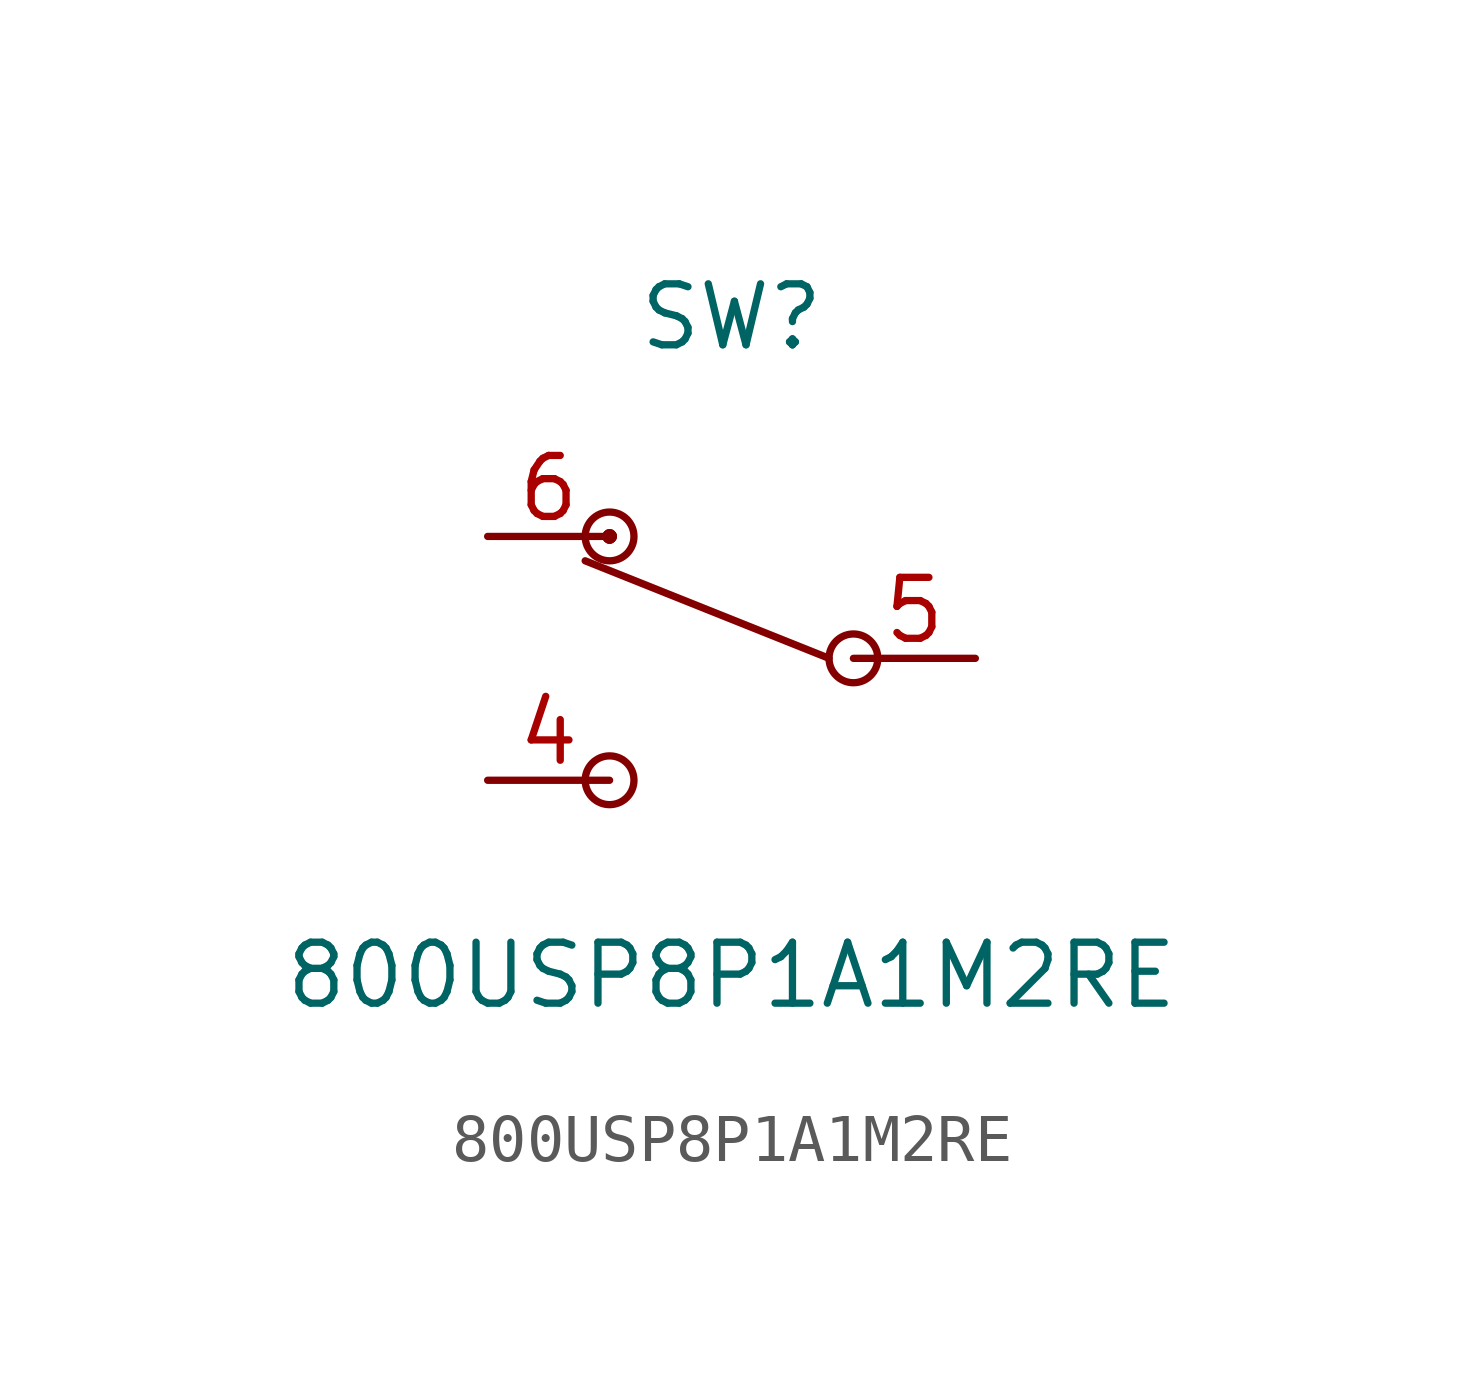
<source format=kicad_sym>
(kicad_symbol_lib
  (version 20231120)
  (generator "kicad_symbol_editor")
  (generator_version "8.0")
  (symbol "800USP8P1A1M2RE"
    (pin_names
      (offset 0) hide)
    (property "Reference" "SW"
      (at 0 7.112 0)
      (effects (font (size 1.27 1.27))))
    (property "Value" "800USP8P1A1M2RE"
      (at 0 -6.604 0)
      (effects (font (size 1.27 1.27))))
    (symbol "800USP8P1A1M2RE_0_1"
      (circle (center -2.54 -2.54) (radius 0.508) (stroke (width 0) (type default)) (fill (type none)))
      (circle (center -2.54 2.54) (radius 0.0001) (stroke (width 0) (type default)) (fill (type none)))
      (circle (center -2.54 2.54) (radius 0.0001) (stroke (width 0) (type default)) (fill (type none)))
      (circle (center -2.54 2.54) (radius 0.0001) (stroke (width 0) (type default)) (fill (type none)))
      (circle (center -2.54 2.54) (radius 0.508) (stroke (width 0) (type default)) (fill (type none)))
      (polyline (pts (xy 2.032 0) (xy -3.048 2.032)) (stroke (width 0) (type default)) (fill (type none)))
      (circle (center 2.54 0) (radius 0.508) (stroke (width 0) (type default)) (fill (type none))))
    (symbol "800USP8P1A1M2RE_1_1"
      (pin passive line (at -2.54 -2.54 180) (length 2.54) (name "NO" (effects (font (size 1.27 1.27)))) (number "4" (effects (font (size 1.27 1.27)))))
      (pin passive line (at 2.54 0 0) (length 2.54) (name "COM" (effects (font (size 1.27 1.27)))) (number "5" (effects (font (size 1.27 1.27)))))
      (pin passive line (at -2.54 2.54 180) (length 2.54) (name "NC" (effects (font (size 1.27 1.27)))) (number "6" (effects (font (size 1.27 1.27))))))))
</source>
